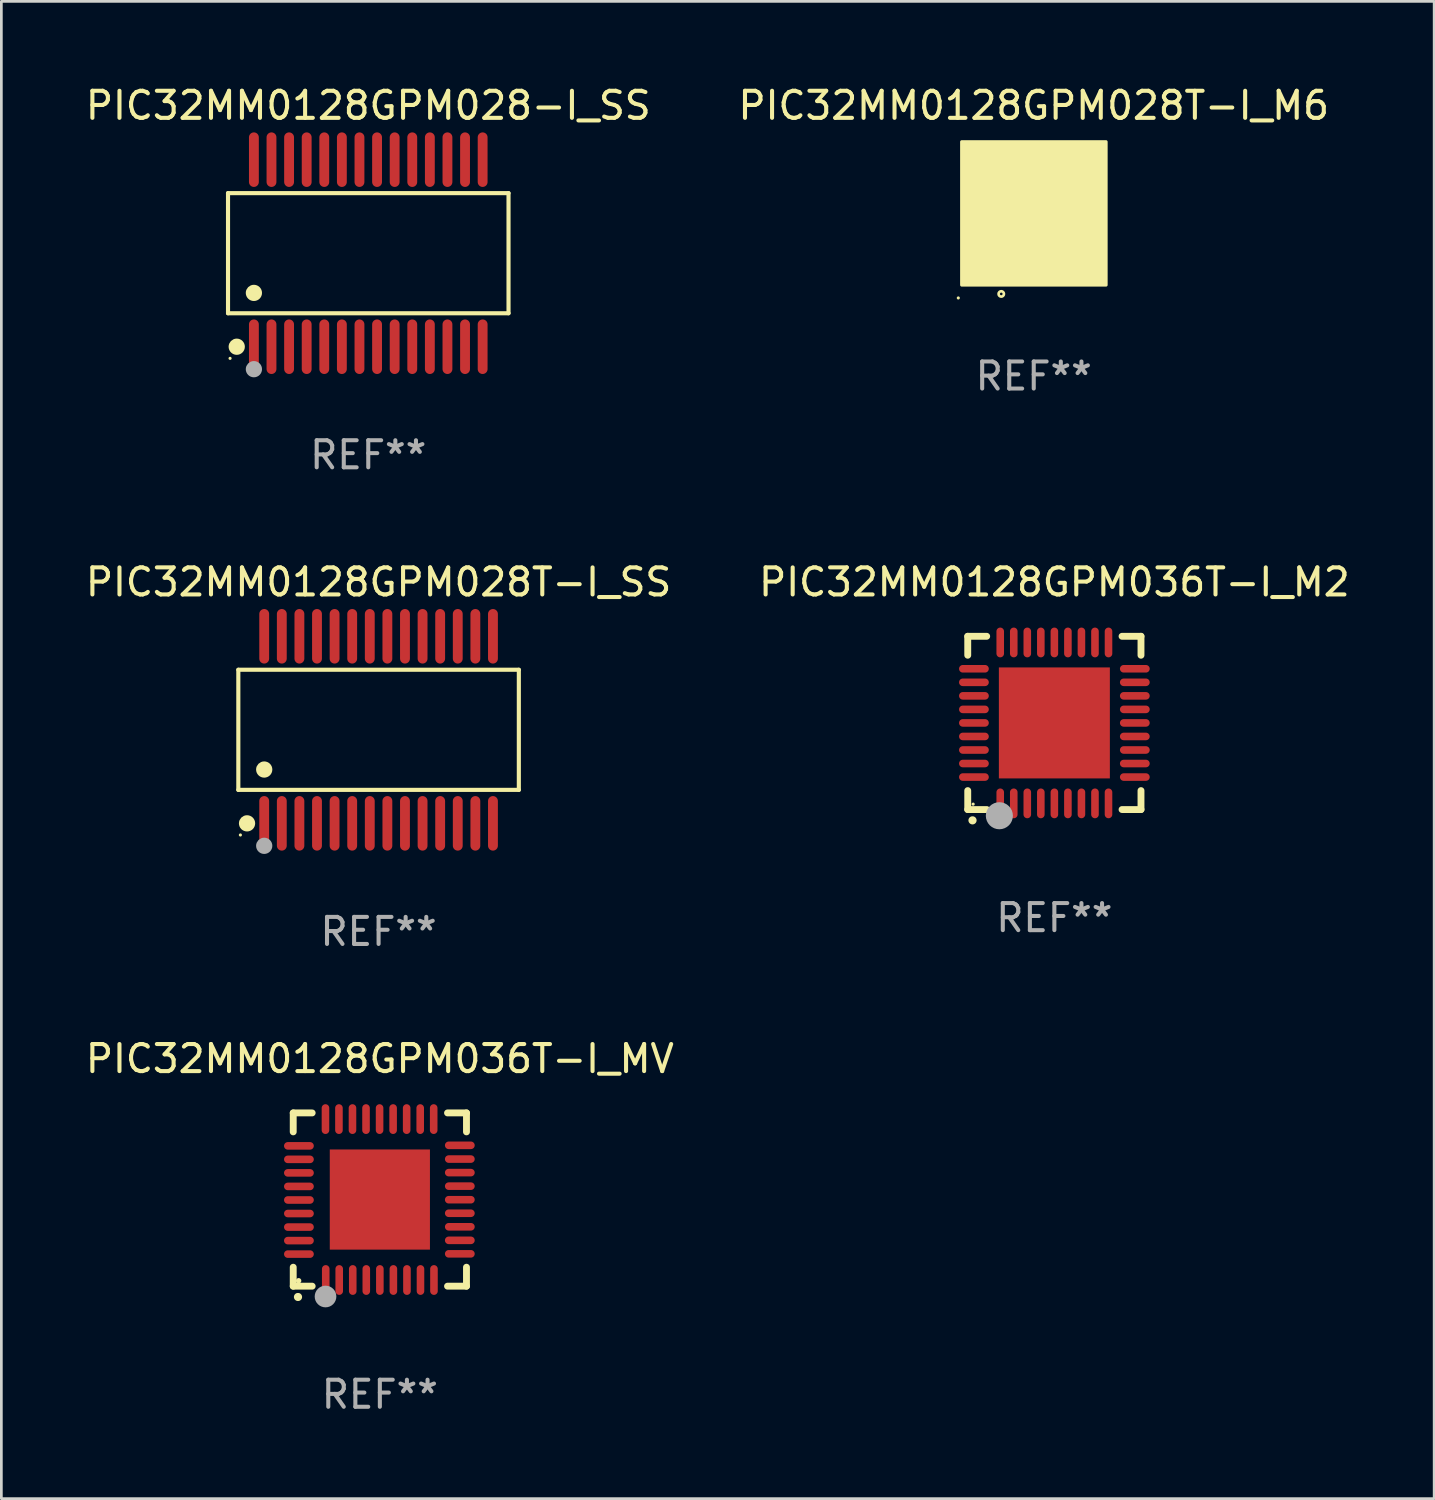
<source format=kicad_pcb>
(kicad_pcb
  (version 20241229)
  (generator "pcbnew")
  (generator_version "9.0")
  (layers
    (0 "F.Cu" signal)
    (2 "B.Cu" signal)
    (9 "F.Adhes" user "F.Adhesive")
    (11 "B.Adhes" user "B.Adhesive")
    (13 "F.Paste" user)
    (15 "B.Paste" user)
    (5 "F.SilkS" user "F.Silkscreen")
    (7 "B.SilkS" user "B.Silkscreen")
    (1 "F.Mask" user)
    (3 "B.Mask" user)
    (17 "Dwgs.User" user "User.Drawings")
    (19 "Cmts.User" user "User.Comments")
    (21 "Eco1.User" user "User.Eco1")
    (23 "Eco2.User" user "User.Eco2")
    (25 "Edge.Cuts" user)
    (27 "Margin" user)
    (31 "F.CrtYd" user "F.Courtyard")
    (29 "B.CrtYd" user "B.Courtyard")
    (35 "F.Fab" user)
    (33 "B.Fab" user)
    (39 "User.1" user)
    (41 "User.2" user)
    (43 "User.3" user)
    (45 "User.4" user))
  (footprint "PIC32MM0128GPM036T-I_M2"
    (layer "F.Cu")
    (at 35.899 23.655)
    (property "Reference" "PIC32MM0128GPM036T-I_M2" (at 0 -5.2 0) (layer "F.SilkS") (effects (font (size 1 1) (thickness 0.15))))
    (attr through_hole)
    (fp_line (start -3.2 -3.2) (end -2.5 -3.2) (stroke (width 0.254) (type solid)) (layer "F.SilkS"))
    (fp_line (start -3.2 -2.5) (end -3.2 -3.2) (stroke (width 0.254) (type solid)) (layer "F.SilkS"))
    (fp_line (start -3.2 3.2) (end -3.2 2.5) (stroke (width 0.254) (type solid)) (layer "F.SilkS"))
    (fp_line (start -2.5 3.2) (end -3.2 3.2) (stroke (width 0.254) (type solid)) (layer "F.SilkS"))
    (fp_line (start 3.2 -3.2) (end 2.5 -3.2) (stroke (width 0.254) (type solid)) (layer "F.SilkS"))
    (fp_line (start 3.2 -2.5) (end 3.2 -3.2) (stroke (width 0.254) (type solid)) (layer "F.SilkS"))
    (fp_line (start 3.2 2.5) (end 3.2 3.2) (stroke (width 0.254) (type solid)) (layer "F.SilkS"))
    (fp_line (start 3.2 3.2) (end 2.5 3.2) (stroke (width 0.254) (type solid)) (layer "F.SilkS"))
    (fp_arc (start -3.025146 3.599187) (mid -3.023876 3.599182) (end -3.022606 3.599187) (stroke (width 0.3) (type solid)) (layer "F.SilkS"))
    (fp_circle (center -3 3) (end -2.97 3) (stroke (width 0.06) (type solid)) (fill no) (layer "F.SilkS"))
    (fp_circle (center -2.032 3.429) (end -1.782 3.429) (stroke (width 0.5) (type solid)) (fill no) (layer "F.Fab"))
    (fp_text user "REF**" (at 0 7.2 0) (layer "F.Fab") (effects (font (size 1 1) (thickness 0.15))))
    (pad "1" smd oval (at -2 2.972) (size 0.28 1.1) (layers "F.Cu" "F.Mask" "F.Paste"))
    (pad "2" smd oval (at -1.5 2.972) (size 0.28 1.1) (layers "F.Cu" "F.Mask" "F.Paste"))
    (pad "3" smd oval (at -1 2.972) (size 0.28 1.1) (layers "F.Cu" "F.Mask" "F.Paste"))
    (pad "4" smd oval (at -0.5 2.972) (size 0.28 1.1) (layers "F.Cu" "F.Mask" "F.Paste"))
    (pad "5" smd oval (at 0.000102 2.972) (size 0.28 1.1) (layers "F.Cu" "F.Mask" "F.Paste"))
    (pad "6" smd oval (at 0.5 2.972) (size 0.28 1.1) (layers "F.Cu" "F.Mask" "F.Paste"))
    (pad "7" smd oval (at 1 2.972) (size 0.28 1.1) (layers "F.Cu" "F.Mask" "F.Paste"))
    (pad "8" smd oval (at 1.5 2.972) (size 0.28 1.1) (layers "F.Cu" "F.Mask" "F.Paste"))
    (pad "9" smd oval (at 2 2.972) (size 0.28 1.1) (layers "F.Cu" "F.Mask" "F.Paste"))
    (pad "10" smd oval (at 2.972 2 90) (size 0.28 1.1) (layers "F.Cu" "F.Mask" "F.Paste"))
    (pad "11" smd oval (at 2.972 1.5 90) (size 0.28 1.1) (layers "F.Cu" "F.Mask" "F.Paste"))
    (pad "12" smd oval (at 2.972 1 90) (size 0.28 1.1) (layers "F.Cu" "F.Mask" "F.Paste"))
    (pad "13" smd oval (at 2.972 0.5 90) (size 0.28 1.1) (layers "F.Cu" "F.Mask" "F.Paste"))
    (pad "14" smd oval (at 2.972 0.000102 90) (size 0.28 1.1) (layers "F.Cu" "F.Mask" "F.Paste"))
    (pad "15" smd oval (at 2.972 -0.5 90) (size 0.28 1.1) (layers "F.Cu" "F.Mask" "F.Paste"))
    (pad "16" smd oval (at 2.972 -1 90) (size 0.28 1.1) (layers "F.Cu" "F.Mask" "F.Paste"))
    (pad "17" smd oval (at 2.972 -1.5 90) (size 0.28 1.1) (layers "F.Cu" "F.Mask" "F.Paste"))
    (pad "18" smd oval (at 2.972 -2 90) (size 0.28 1.1) (layers "F.Cu" "F.Mask" "F.Paste"))
    (pad "19" smd oval (at 2 -2.972 180) (size 0.28 1.1) (layers "F.Cu" "F.Mask" "F.Paste"))
    (pad "20" smd oval (at 1.5 -2.972 180) (size 0.28 1.1) (layers "F.Cu" "F.Mask" "F.Paste"))
    (pad "21" smd oval (at 1 -2.972 180) (size 0.28 1.1) (layers "F.Cu" "F.Mask" "F.Paste"))
    (pad "22" smd oval (at 0.5 -2.972 180) (size 0.28 1.1) (layers "F.Cu" "F.Mask" "F.Paste"))
    (pad "23" smd oval (at 0.000102 -2.972 180) (size 0.28 1.1) (layers "F.Cu" "F.Mask" "F.Paste"))
    (pad "24" smd oval (at -0.5 -2.972 180) (size 0.28 1.1) (layers "F.Cu" "F.Mask" "F.Paste"))
    (pad "25" smd oval (at -1 -2.972 180) (size 0.28 1.1) (layers "F.Cu" "F.Mask" "F.Paste"))
    (pad "26" smd oval (at -1.5 -2.972 180) (size 0.28 1.1) (layers "F.Cu" "F.Mask" "F.Paste"))
    (pad "27" smd oval (at -2 -2.972 180) (size 0.28 1.1) (layers "F.Cu" "F.Mask" "F.Paste"))
    (pad "28" smd oval (at -2.972 -2 270) (size 0.28 1.1) (layers "F.Cu" "F.Mask" "F.Paste"))
    (pad "29" smd oval (at -2.972 -1.5 270) (size 0.28 1.1) (layers "F.Cu" "F.Mask" "F.Paste"))
    (pad "30" smd oval (at -2.972 -1 270) (size 0.28 1.1) (layers "F.Cu" "F.Mask" "F.Paste"))
    (pad "31" smd oval (at -2.972 -0.5 270) (size 0.28 1.1) (layers "F.Cu" "F.Mask" "F.Paste"))
    (pad "32" smd oval (at -2.972 0.000102 270) (size 0.28 1.1) (layers "F.Cu" "F.Mask" "F.Paste"))
    (pad "33" smd oval (at -2.972 0.5 270) (size 0.28 1.1) (layers "F.Cu" "F.Mask" "F.Paste"))
    (pad "34" smd oval (at -2.972 1 270) (size 0.28 1.1) (layers "F.Cu" "F.Mask" "F.Paste"))
    (pad "35" smd oval (at -2.972 1.5 270) (size 0.28 1.1) (layers "F.Cu" "F.Mask" "F.Paste"))
    (pad "36" smd oval (at -2.972 2 270) (size 0.28 1.1) (layers "F.Cu" "F.Mask" "F.Paste"))
    (pad "37" smd rect (at 0.000102 0.000102) (size 4.1 4.1) (layers "F.Cu" "F.Mask" "F.Paste")))
  (footprint "PIC32MM0128GPM028T-I_SS"
    (layer "F.Cu")
    (at 10.935 23.91)
    (property "Reference" "PIC32MM0128GPM028T-I_SS" (at 0 -5.455 0) (layer "F.SilkS") (effects (font (size 1 1) (thickness 0.15))))
    (attr through_hole)
    (fp_line (start -5.181 -2.219) (end 5.181 -2.219) (stroke (width 0.152) (type solid)) (layer "F.SilkS"))
    (fp_line (start -5.181 2.219) (end -5.181 -2.219) (stroke (width 0.152) (type solid)) (layer "F.SilkS"))
    (fp_line (start 5.181 -2.219) (end 5.181 2.219) (stroke (width 0.152) (type solid)) (layer "F.SilkS"))
    (fp_line (start 5.181 2.219) (end -5.181 2.219) (stroke (width 0.152) (type solid)) (layer "F.SilkS"))
    (fp_circle (center -5.105 3.885) (end -5.075 3.885) (stroke (width 0.06) (type solid)) (fill no) (layer "F.SilkS"))
    (fp_circle (center -4.859 3.455) (end -4.709 3.455) (stroke (width 0.3) (type solid)) (fill no) (layer "F.SilkS"))
    (fp_circle (center -4.225 1.467) (end -4.075 1.467) (stroke (width 0.3) (type solid)) (fill no) (layer "F.SilkS"))
    (fp_circle (center -4.225 4.285) (end -4.075 4.285) (stroke (width 0.3) (type solid)) (fill no) (layer "F.Fab"))
    (fp_text user "REF**" (at 0 7.455 0) (layer "F.Fab") (effects (font (size 1 1) (thickness 0.15))))
    (pad "1" smd oval (at -4.225 3.455) (size 0.364 2.015) (layers "F.Cu" "F.Mask" "F.Paste"))
    (pad "2" smd oval (at -3.575 3.455) (size 0.364 2.015) (layers "F.Cu" "F.Mask" "F.Paste"))
    (pad "3" smd oval (at -2.925 3.455) (size 0.364 2.015) (layers "F.Cu" "F.Mask" "F.Paste"))
    (pad "4" smd oval (at -2.275 3.455) (size 0.364 2.015) (layers "F.Cu" "F.Mask" "F.Paste"))
    (pad "5" smd oval (at -1.625 3.455) (size 0.364 2.015) (layers "F.Cu" "F.Mask" "F.Paste"))
    (pad "6" smd oval (at -0.975 3.455) (size 0.364 2.015) (layers "F.Cu" "F.Mask" "F.Paste"))
    (pad "7" smd oval (at -0.325 3.455) (size 0.364 2.015) (layers "F.Cu" "F.Mask" "F.Paste"))
    (pad "8" smd oval (at 0.325 3.455) (size 0.364 2.015) (layers "F.Cu" "F.Mask" "F.Paste"))
    (pad "9" smd oval (at 0.975 3.455) (size 0.364 2.015) (layers "F.Cu" "F.Mask" "F.Paste"))
    (pad "10" smd oval (at 1.625 3.455) (size 0.364 2.015) (layers "F.Cu" "F.Mask" "F.Paste"))
    (pad "11" smd oval (at 2.275 3.455) (size 0.364 2.015) (layers "F.Cu" "F.Mask" "F.Paste"))
    (pad "12" smd oval (at 2.925 3.455) (size 0.364 2.015) (layers "F.Cu" "F.Mask" "F.Paste"))
    (pad "13" smd oval (at 3.575 3.455) (size 0.364 2.015) (layers "F.Cu" "F.Mask" "F.Paste"))
    (pad "14" smd oval (at 4.225 3.455) (size 0.364 2.015) (layers "F.Cu" "F.Mask" "F.Paste"))
    (pad "15" smd oval (at 4.225 -3.455) (size 0.364 2.015) (layers "F.Cu" "F.Mask" "F.Paste"))
    (pad "16" smd oval (at 3.575 -3.455) (size 0.364 2.015) (layers "F.Cu" "F.Mask" "F.Paste"))
    (pad "17" smd oval (at 2.925 -3.455) (size 0.364 2.015) (layers "F.Cu" "F.Mask" "F.Paste"))
    (pad "18" smd oval (at 2.275 -3.455) (size 0.364 2.015) (layers "F.Cu" "F.Mask" "F.Paste"))
    (pad "19" smd oval (at 1.625 -3.455) (size 0.364 2.015) (layers "F.Cu" "F.Mask" "F.Paste"))
    (pad "20" smd oval (at 0.975 -3.455) (size 0.364 2.015) (layers "F.Cu" "F.Mask" "F.Paste"))
    (pad "21" smd oval (at 0.325 -3.455) (size 0.364 2.015) (layers "F.Cu" "F.Mask" "F.Paste"))
    (pad "22" smd oval (at -0.325 -3.455) (size 0.364 2.015) (layers "F.Cu" "F.Mask" "F.Paste"))
    (pad "23" smd oval (at -0.975 -3.455) (size 0.364 2.015) (layers "F.Cu" "F.Mask" "F.Paste"))
    (pad "24" smd oval (at -1.625 -3.455) (size 0.364 2.015) (layers "F.Cu" "F.Mask" "F.Paste"))
    (pad "25" smd oval (at -2.275 -3.455) (size 0.364 2.015) (layers "F.Cu" "F.Mask" "F.Paste"))
    (pad "26" smd oval (at -2.925 -3.455) (size 0.364 2.015) (layers "F.Cu" "F.Mask" "F.Paste"))
    (pad "27" smd oval (at -3.575 -3.455) (size 0.364 2.015) (layers "F.Cu" "F.Mask" "F.Paste"))
    (pad "28" smd oval (at -4.225 -3.455) (size 0.364 2.015) (layers "F.Cu" "F.Mask" "F.Paste")))
  (footprint "PIC32MM0128GPM036T-I_MV"
    (layer "F.Cu")
    (at 10.982 41.262)
    (property "Reference" "PIC32MM0128GPM036T-I_MV" (at 0 -5.2 0) (layer "F.SilkS") (effects (font (size 1 1) (thickness 0.15))))
    (attr through_hole)
    (fp_line (start -3.2 -3.2) (end -2.5 -3.2) (stroke (width 0.254) (type solid)) (layer "F.SilkS"))
    (fp_line (start -3.2 -2.5) (end -3.2 -3.2) (stroke (width 0.254) (type solid)) (layer "F.SilkS"))
    (fp_line (start -3.2 3.2) (end -3.2 2.5) (stroke (width 0.254) (type solid)) (layer "F.SilkS"))
    (fp_line (start -2.5 3.2) (end -3.2 3.2) (stroke (width 0.254) (type solid)) (layer "F.SilkS"))
    (fp_line (start 3.2 -3.2) (end 2.5 -3.2) (stroke (width 0.254) (type solid)) (layer "F.SilkS"))
    (fp_line (start 3.2 -2.5) (end 3.2 -3.2) (stroke (width 0.254) (type solid)) (layer "F.SilkS"))
    (fp_line (start 3.2 2.5) (end 3.2 3.2) (stroke (width 0.254) (type solid)) (layer "F.SilkS"))
    (fp_line (start 3.2 3.2) (end 2.5 3.2) (stroke (width 0.254) (type solid)) (layer "F.SilkS"))
    (fp_arc (start -3.025146 3.599187) (mid -3.023876 3.599182) (end -3.022606 3.599187) (stroke (width 0.3) (type solid)) (layer "F.SilkS"))
    (fp_circle (center -3 3) (end -2.95 3) (stroke (width 0.1) (type solid)) (fill no) (layer "F.SilkS"))
    (fp_circle (center -2.007 3.582) (end -1.807 3.582) (stroke (width 0.4) (type solid)) (fill no) (layer "F.Fab"))
    (fp_text user "REF**" (at 0 7.2 0) (layer "F.Fab") (effects (font (size 1 1) (thickness 0.15))))
    (pad "1" smd oval (at -1.999 2.972) (size 0.28 1.1) (layers "F.Cu" "F.Mask" "F.Paste"))
    (pad "2" smd oval (at -1.501 2.972) (size 0.28 1.1) (layers "F.Cu" "F.Mask" "F.Paste"))
    (pad "3" smd oval (at -1.001 2.972) (size 0.28 1.1) (layers "F.Cu" "F.Mask" "F.Paste"))
    (pad "4" smd oval (at -0.501 2.972) (size 0.28 1.1) (layers "F.Cu" "F.Mask" "F.Paste"))
    (pad "5" smd oval (at 0.000102 2.972) (size 0.28 1.1) (layers "F.Cu" "F.Mask" "F.Paste"))
    (pad "6" smd oval (at 0.5 2.972) (size 0.28 1.1) (layers "F.Cu" "F.Mask" "F.Paste"))
    (pad "7" smd oval (at 1.001 2.972) (size 0.28 1.1) (layers "F.Cu" "F.Mask" "F.Paste"))
    (pad "8" smd oval (at 1.501 2.972) (size 0.28 1.1) (layers "F.Cu" "F.Mask" "F.Paste"))
    (pad "9" smd oval (at 1.999 2.972) (size 0.28 1.1) (layers "F.Cu" "F.Mask" "F.Paste"))
    (pad "10" smd oval (at 2.954 2.005) (size 1.1 0.28) (layers "F.Cu" "F.Mask" "F.Paste"))
    (pad "11" smd oval (at 2.954 1.507) (size 1.1 0.28) (layers "F.Cu" "F.Mask" "F.Paste"))
    (pad "12" smd oval (at 2.954 1.006) (size 1.1 0.28) (layers "F.Cu" "F.Mask" "F.Paste"))
    (pad "13" smd oval (at 2.954 0.506) (size 1.1 0.28) (layers "F.Cu" "F.Mask" "F.Paste"))
    (pad "14" smd oval (at 2.954 0.006) (size 1.1 0.28) (layers "F.Cu" "F.Mask" "F.Paste"))
    (pad "15" smd oval (at 2.954 -0.495) (size 1.1 0.28) (layers "F.Cu" "F.Mask" "F.Paste"))
    (pad "16" smd oval (at 2.954 -0.995) (size 1.1 0.28) (layers "F.Cu" "F.Mask" "F.Paste"))
    (pad "17" smd oval (at 2.954 -1.495) (size 1.1 0.28) (layers "F.Cu" "F.Mask" "F.Paste"))
    (pad "18" smd oval (at 2.954 -2.003) (size 1.1 0.28) (layers "F.Cu" "F.Mask" "F.Paste"))
    (pad "19" smd oval (at 1.989 -2.972) (size 0.28 1.1) (layers "F.Cu" "F.Mask" "F.Paste"))
    (pad "20" smd oval (at 1.491 -2.972) (size 0.28 1.1) (layers "F.Cu" "F.Mask" "F.Paste"))
    (pad "21" smd oval (at 0.99 -2.972) (size 0.28 1.1) (layers "F.Cu" "F.Mask" "F.Paste"))
    (pad "22" smd oval (at 0.49 -2.972) (size 0.28 1.1) (layers "F.Cu" "F.Mask" "F.Paste"))
    (pad "23" smd oval (at -0.01 -2.972) (size 0.28 1.1) (layers "F.Cu" "F.Mask" "F.Paste"))
    (pad "24" smd oval (at -0.511 -2.972) (size 0.28 1.1) (layers "F.Cu" "F.Mask" "F.Paste"))
    (pad "25" smd oval (at -1.011 -2.972) (size 0.28 1.1) (layers "F.Cu" "F.Mask" "F.Paste"))
    (pad "26" smd oval (at -1.511 -2.972) (size 0.28 1.1) (layers "F.Cu" "F.Mask" "F.Paste"))
    (pad "27" smd oval (at -2.009 -2.972) (size 0.28 1.1) (layers "F.Cu" "F.Mask" "F.Paste"))
    (pad "28" smd oval (at -2.99 -1.983) (size 1.1 0.28) (layers "F.Cu" "F.Mask" "F.Paste"))
    (pad "29" smd oval (at -2.99 -1.485) (size 1.1 0.28) (layers "F.Cu" "F.Mask" "F.Paste"))
    (pad "30" smd oval (at -2.99 -0.985) (size 1.1 0.28) (layers "F.Cu" "F.Mask" "F.Paste"))
    (pad "31" smd oval (at -2.99 -0.485) (size 1.1 0.28) (layers "F.Cu" "F.Mask" "F.Paste"))
    (pad "32" smd oval (at -2.99 0.016) (size 1.1 0.28) (layers "F.Cu" "F.Mask" "F.Paste"))
    (pad "33" smd oval (at -2.99 0.516) (size 1.1 0.28) (layers "F.Cu" "F.Mask" "F.Paste"))
    (pad "34" smd oval (at -2.99 1.017) (size 1.1 0.28) (layers "F.Cu" "F.Mask" "F.Paste"))
    (pad "35" smd oval (at -2.99 1.517) (size 1.1 0.28) (layers "F.Cu" "F.Mask" "F.Paste"))
    (pad "36" smd oval (at -2.99 2.015) (size 1.1 0.28) (layers "F.Cu" "F.Mask" "F.Paste"))
    (pad "37" smd rect (at 0.000102 0.000102) (size 3.7 3.7) (layers "F.Cu" "F.Mask" "F.Paste")))
  (footprint "PIC32MM0128GPM028T-I_M6"
    (layer "F.Cu")
    (at 35.137 4.848)
    (property "Reference" "PIC32MM0128GPM028T-I_M6" (at 0 -4 0) (layer "F.SilkS") (effects (font (size 1 1) (thickness 0.15))))
    (attr through_hole)
    (fp_circle (center -2.787 3.109) (end -2.757 3.109) (stroke (width 0.06) (type solid)) (fill no) (layer "F.SilkS"))
    (fp_circle (center -1.2 2.96) (end -1.101 2.96) (stroke (width 0.1) (type solid)) (fill no) (layer "F.SilkS"))
    (fp_poly (pts (xy -2.66 -2.66) (xy 2.67 -2.66) (xy 2.67 2.63) (xy -2.66 2.63)) (stroke (width 0.12) (type solid)) (fill yes) (layer "F.SilkS"))
    (fp_text user "REF**" (at 0 6 0) (layer "F.Fab") (effects (font (size 1 1) (thickness 0.15))))
    (pad "1" smd rect (at -1.2 2 180) (size 0.2 0.85) (layers "F.Cu" "F.Mask" "F.Paste"))
    (pad "2" smd rect (at -0.8 2 180) (size 0.2 0.85) (layers "F.Cu" "F.Mask" "F.Paste"))
    (pad "3" smd rect (at -0.4 2 180) (size 0.2 0.85) (layers "F.Cu" "F.Mask" "F.Paste"))
    (pad "4" smd rect (at -0.001 2 180) (size 0.2 0.85) (layers "F.Cu" "F.Mask" "F.Paste"))
    (pad "5" smd rect (at 0.4 2 180) (size 0.2 0.85) (layers "F.Cu" "F.Mask" "F.Paste"))
    (pad "6" smd rect (at 0.8 2 180) (size 0.2 0.85) (layers "F.Cu" "F.Mask" "F.Paste"))
    (pad "7" smd rect (at 1.2 2 180) (size 0.2 0.85) (layers "F.Cu" "F.Mask" "F.Paste"))
    (pad "8" smd rect (at 2 1.2 270) (size 0.2 0.85) (layers "F.Cu" "F.Mask" "F.Paste"))
    (pad "9" smd rect (at 2 0.8 270) (size 0.2 0.85) (layers "F.Cu" "F.Mask" "F.Paste"))
    (pad "10" smd rect (at 2 0.4 270) (size 0.2 0.85) (layers "F.Cu" "F.Mask" "F.Paste"))
    (pad "11" smd rect (at 2 0 270) (size 0.2 0.85) (layers "F.Cu" "F.Mask" "F.Paste"))
    (pad "12" smd rect (at 2 -0.4 270) (size 0.2 0.85) (layers "F.Cu" "F.Mask" "F.Paste"))
    (pad "13" smd rect (at 2 -0.8 270) (size 0.2 0.85) (layers "F.Cu" "F.Mask" "F.Paste"))
    (pad "14" smd rect (at 2 -1.2 270) (size 0.2 0.85) (layers "F.Cu" "F.Mask" "F.Paste"))
    (pad "15" smd rect (at 1.2 -2) (size 0.2 0.85) (layers "F.Cu" "F.Mask" "F.Paste"))
    (pad "16" smd rect (at 0.8 -2) (size 0.2 0.85) (layers "F.Cu" "F.Mask" "F.Paste"))
    (pad "17" smd rect (at 0.4 -2) (size 0.2 0.85) (layers "F.Cu" "F.Mask" "F.Paste"))
    (pad "18" smd rect (at 0 -2) (size 0.2 0.85) (layers "F.Cu" "F.Mask" "F.Paste"))
    (pad "19" smd rect (at -0.4 -2) (size 0.2 0.85) (layers "F.Cu" "F.Mask" "F.Paste"))
    (pad "20" smd rect (at -0.8 -2) (size 0.2 0.85) (layers "F.Cu" "F.Mask" "F.Paste"))
    (pad "21" smd rect (at -1.2 -2) (size 0.2 0.85) (layers "F.Cu" "F.Mask" "F.Paste"))
    (pad "22" smd rect (at -2 -1.2 90) (size 0.2 0.85) (layers "F.Cu" "F.Mask" "F.Paste"))
    (pad "23" smd rect (at -2 -0.8 90) (size 0.2 0.85) (layers "F.Cu" "F.Mask" "F.Paste"))
    (pad "24" smd rect (at -2 -0.4 90) (size 0.2 0.85) (layers "F.Cu" "F.Mask" "F.Paste"))
    (pad "25" smd rect (at -2 0 90) (size 0.2 0.85) (layers "F.Cu" "F.Mask" "F.Paste"))
    (pad "26" smd rect (at -2 0.4 90) (size 0.2 0.85) (layers "F.Cu" "F.Mask" "F.Paste"))
    (pad "27" smd rect (at -2 0.8 90) (size 0.2 0.85) (layers "F.Cu" "F.Mask" "F.Paste"))
    (pad "28" smd rect (at -2 1.2 90) (size 0.2 0.85) (layers "F.Cu" "F.Mask" "F.Paste"))
    (pad "29" smd rect (at -1.95 -1.95 90) (size 0.78 0.78) (layers "F.Cu" "F.Mask" "F.Paste"))
    (pad "29" smd rect (at -1.95 1.95 90) (size 0.78 0.78) (layers "F.Cu" "F.Mask" "F.Paste"))
    (pad "29" smd rect (at 0.000254 -0.02 90) (size 2.3 2.3) (layers "F.Cu" "F.Mask" "F.Paste"))
    (pad "29" smd rect (at 1.95 -1.95 90) (size 0.78 0.78) (layers "F.Cu" "F.Mask" "F.Paste"))
    (pad "29" smd rect (at 1.95 1.95 90) (size 0.78 0.78) (layers "F.Cu" "F.Mask" "F.Paste")))
  (footprint "PIC32MM0128GPM028-I_SS"
    (layer "F.Cu")
    (at 10.554 6.303)
    (property "Reference" "PIC32MM0128GPM028-I_SS" (at 0 -5.455 0) (layer "F.SilkS") (effects (font (size 1 1) (thickness 0.15))))
    (attr through_hole)
    (fp_line (start -5.181 -2.219) (end 5.181 -2.219) (stroke (width 0.152) (type solid)) (layer "F.SilkS"))
    (fp_line (start -5.181 2.219) (end -5.181 -2.219) (stroke (width 0.152) (type solid)) (layer "F.SilkS"))
    (fp_line (start 5.181 -2.219) (end 5.181 2.219) (stroke (width 0.152) (type solid)) (layer "F.SilkS"))
    (fp_line (start 5.181 2.219) (end -5.181 2.219) (stroke (width 0.152) (type solid)) (layer "F.SilkS"))
    (fp_circle (center -5.105 3.885) (end -5.075 3.885) (stroke (width 0.06) (type solid)) (fill no) (layer "F.SilkS"))
    (fp_circle (center -4.859 3.455) (end -4.709 3.455) (stroke (width 0.3) (type solid)) (fill no) (layer "F.SilkS"))
    (fp_circle (center -4.225 1.467) (end -4.075 1.467) (stroke (width 0.3) (type solid)) (fill no) (layer "F.SilkS"))
    (fp_circle (center -4.225 4.285) (end -4.075 4.285) (stroke (width 0.3) (type solid)) (fill no) (layer "F.Fab"))
    (fp_text user "REF**" (at 0 7.455 0) (layer "F.Fab") (effects (font (size 1 1) (thickness 0.15))))
    (pad "1" smd oval (at -4.225 3.455) (size 0.364 2.015) (layers "F.Cu" "F.Mask" "F.Paste"))
    (pad "2" smd oval (at -3.575 3.455) (size 0.364 2.015) (layers "F.Cu" "F.Mask" "F.Paste"))
    (pad "3" smd oval (at -2.925 3.455) (size 0.364 2.015) (layers "F.Cu" "F.Mask" "F.Paste"))
    (pad "4" smd oval (at -2.275 3.455) (size 0.364 2.015) (layers "F.Cu" "F.Mask" "F.Paste"))
    (pad "5" smd oval (at -1.625 3.455) (size 0.364 2.015) (layers "F.Cu" "F.Mask" "F.Paste"))
    (pad "6" smd oval (at -0.975 3.455) (size 0.364 2.015) (layers "F.Cu" "F.Mask" "F.Paste"))
    (pad "7" smd oval (at -0.325 3.455) (size 0.364 2.015) (layers "F.Cu" "F.Mask" "F.Paste"))
    (pad "8" smd oval (at 0.325 3.455) (size 0.364 2.015) (layers "F.Cu" "F.Mask" "F.Paste"))
    (pad "9" smd oval (at 0.975 3.455) (size 0.364 2.015) (layers "F.Cu" "F.Mask" "F.Paste"))
    (pad "10" smd oval (at 1.625 3.455) (size 0.364 2.015) (layers "F.Cu" "F.Mask" "F.Paste"))
    (pad "11" smd oval (at 2.275 3.455) (size 0.364 2.015) (layers "F.Cu" "F.Mask" "F.Paste"))
    (pad "12" smd oval (at 2.925 3.455) (size 0.364 2.015) (layers "F.Cu" "F.Mask" "F.Paste"))
    (pad "13" smd oval (at 3.575 3.455) (size 0.364 2.015) (layers "F.Cu" "F.Mask" "F.Paste"))
    (pad "14" smd oval (at 4.225 3.455) (size 0.364 2.015) (layers "F.Cu" "F.Mask" "F.Paste"))
    (pad "15" smd oval (at 4.225 -3.455) (size 0.364 2.015) (layers "F.Cu" "F.Mask" "F.Paste"))
    (pad "16" smd oval (at 3.575 -3.455) (size 0.364 2.015) (layers "F.Cu" "F.Mask" "F.Paste"))
    (pad "17" smd oval (at 2.925 -3.455) (size 0.364 2.015) (layers "F.Cu" "F.Mask" "F.Paste"))
    (pad "18" smd oval (at 2.275 -3.455) (size 0.364 2.015) (layers "F.Cu" "F.Mask" "F.Paste"))
    (pad "19" smd oval (at 1.625 -3.455) (size 0.364 2.015) (layers "F.Cu" "F.Mask" "F.Paste"))
    (pad "20" smd oval (at 0.975 -3.455) (size 0.364 2.015) (layers "F.Cu" "F.Mask" "F.Paste"))
    (pad "21" smd oval (at 0.325 -3.455) (size 0.364 2.015) (layers "F.Cu" "F.Mask" "F.Paste"))
    (pad "22" smd oval (at -0.325 -3.455) (size 0.364 2.015) (layers "F.Cu" "F.Mask" "F.Paste"))
    (pad "23" smd oval (at -0.975 -3.455) (size 0.364 2.015) (layers "F.Cu" "F.Mask" "F.Paste"))
    (pad "24" smd oval (at -1.625 -3.455) (size 0.364 2.015) (layers "F.Cu" "F.Mask" "F.Paste"))
    (pad "25" smd oval (at -2.275 -3.455) (size 0.364 2.015) (layers "F.Cu" "F.Mask" "F.Paste"))
    (pad "26" smd oval (at -2.925 -3.455) (size 0.364 2.015) (layers "F.Cu" "F.Mask" "F.Paste"))
    (pad "27" smd oval (at -3.575 -3.455) (size 0.364 2.015) (layers "F.Cu" "F.Mask" "F.Paste"))
    (pad "28" smd oval (at -4.225 -3.455) (size 0.364 2.015) (layers "F.Cu" "F.Mask" "F.Paste")))
  (gr_rect
    (start -3 -3)
    (end 49.929 52.31)
    (stroke (width 0.1) (type default))
    (fill no)
    (layer "Edge.Cuts")))
</source>
